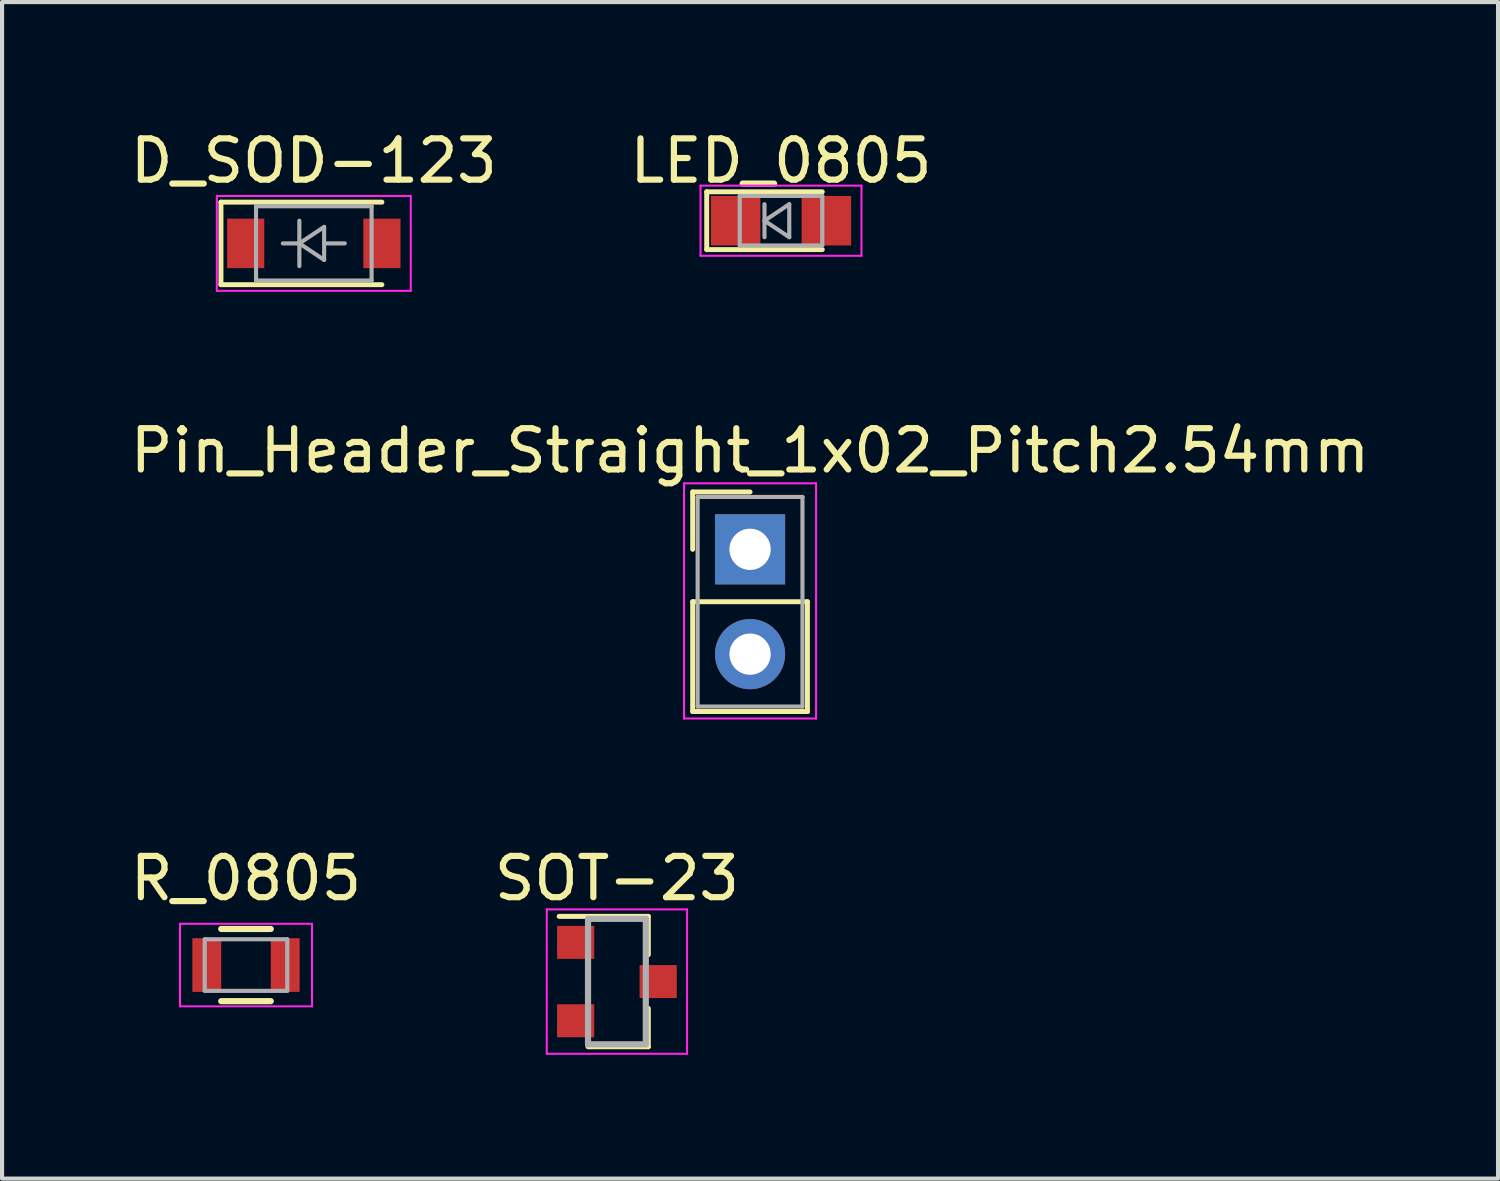
<source format=kicad_pcb>
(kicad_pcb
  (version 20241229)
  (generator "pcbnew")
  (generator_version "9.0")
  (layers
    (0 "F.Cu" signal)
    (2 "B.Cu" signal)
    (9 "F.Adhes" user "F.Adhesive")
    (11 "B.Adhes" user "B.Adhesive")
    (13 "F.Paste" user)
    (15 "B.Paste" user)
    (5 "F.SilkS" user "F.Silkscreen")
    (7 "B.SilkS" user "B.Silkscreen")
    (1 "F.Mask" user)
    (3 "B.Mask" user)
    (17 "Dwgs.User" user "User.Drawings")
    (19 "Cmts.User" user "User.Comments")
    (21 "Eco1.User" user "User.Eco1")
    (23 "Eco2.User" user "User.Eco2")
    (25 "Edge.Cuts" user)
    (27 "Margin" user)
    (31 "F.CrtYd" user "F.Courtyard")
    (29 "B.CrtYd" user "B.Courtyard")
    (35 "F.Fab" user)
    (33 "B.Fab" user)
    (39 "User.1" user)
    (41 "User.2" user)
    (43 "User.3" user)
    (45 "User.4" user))
  (footprint "Pin_Header_Straight_1x02_Pitch2.54mm"
    (layer "F.Cu")
    (at 15.125 10.261)
    (property "Reference" "Pin_Header_Straight_1x02_Pitch2.54mm" (at 0 -2.39 0) (layer "F.SilkS") (effects (font (size 1 1) (thickness 0.15))))
    (attr through_hole)
    (fp_line (start -1.39 -1.39) (end 0 -1.39) (stroke (width 0.12) (type solid)) (layer "F.SilkS"))
    (fp_line (start -1.39 0) (end -1.39 -1.39) (stroke (width 0.12) (type solid)) (layer "F.SilkS"))
    (fp_line (start -1.39 1.27) (end -1.39 3.93) (stroke (width 0.12) (type solid)) (layer "F.SilkS"))
    (fp_line (start -1.39 3.93) (end 1.39 3.93) (stroke (width 0.12) (type solid)) (layer "F.SilkS"))
    (fp_line (start 1.39 1.27) (end -1.39 1.27) (stroke (width 0.12) (type solid)) (layer "F.SilkS"))
    (fp_line (start 1.39 3.93) (end 1.39 1.27) (stroke (width 0.12) (type solid)) (layer "F.SilkS"))
    (fp_line (start -1.6 -1.6) (end -1.6 4.1) (stroke (width 0.05) (type solid)) (layer "F.CrtYd"))
    (fp_line (start -1.6 4.1) (end 1.6 4.1) (stroke (width 0.05) (type solid)) (layer "F.CrtYd"))
    (fp_line (start 1.6 -1.6) (end -1.6 -1.6) (stroke (width 0.05) (type solid)) (layer "F.CrtYd"))
    (fp_line (start 1.6 4.1) (end 1.6 -1.6) (stroke (width 0.05) (type solid)) (layer "F.CrtYd"))
    (fp_line (start -1.27 -1.27) (end -1.27 3.81) (stroke (width 0.1) (type solid)) (layer "F.Fab"))
    (fp_line (start -1.27 3.81) (end 1.27 3.81) (stroke (width 0.1) (type solid)) (layer "F.Fab"))
    (fp_line (start 1.27 -1.27) (end -1.27 -1.27) (stroke (width 0.1) (type solid)) (layer "F.Fab"))
    (fp_line (start 1.27 3.81) (end 1.27 -1.27) (stroke (width 0.1) (type solid)) (layer "F.Fab"))
    (pad "1" thru_hole rect (at 0 0) (size 1.7 1.7) (drill 1) (layers "*.Cu" "*.Mask"))
    (pad "2" thru_hole oval (at 0 2.54) (size 1.7 1.7) (drill 1) (layers "*.Cu" "*.Mask")))
  (footprint "SOT-23"
    (layer "F.Cu")
    (at 11.899 20.735)
    (property "Reference" "SOT-23" (at 0 -2.5 0) (layer "F.SilkS") (effects (font (size 1 1) (thickness 0.15))))
    (attr smd)
    (fp_line (start 0.76 -1.58) (end -1.4 -1.58) (stroke (width 0.12) (type solid)) (layer "F.SilkS"))
    (fp_line (start 0.76 -1.58) (end 0.76 -0.65) (stroke (width 0.12) (type solid)) (layer "F.SilkS"))
    (fp_line (start 0.76 1.58) (end -0.7 1.58) (stroke (width 0.12) (type solid)) (layer "F.SilkS"))
    (fp_line (start 0.76 1.58) (end 0.76 0.65) (stroke (width 0.12) (type solid)) (layer "F.SilkS"))
    (fp_line (start -1.7 -1.75) (end 1.7 -1.75) (stroke (width 0.05) (type solid)) (layer "F.CrtYd"))
    (fp_line (start -1.7 1.75) (end -1.7 -1.75) (stroke (width 0.05) (type solid)) (layer "F.CrtYd"))
    (fp_line (start 1.7 -1.75) (end 1.7 1.75) (stroke (width 0.05) (type solid)) (layer "F.CrtYd"))
    (fp_line (start 1.7 1.75) (end -1.7 1.75) (stroke (width 0.05) (type solid)) (layer "F.CrtYd"))
    (fp_line (start -0.7 -1.52) (end -0.7 1.52) (stroke (width 0.15) (type solid)) (layer "F.Fab"))
    (fp_line (start -0.7 -1.52) (end 0.7 -1.52) (stroke (width 0.15) (type solid)) (layer "F.Fab"))
    (fp_line (start -0.7 1.52) (end 0.7 1.52) (stroke (width 0.15) (type solid)) (layer "F.Fab"))
    (fp_line (start 0.7 -1.52) (end 0.7 1.52) (stroke (width 0.15) (type solid)) (layer "F.Fab"))
    (pad "1" smd rect (at -1 -0.95) (size 0.9 0.8) (layers "F.Cu" "F.Mask" "F.Paste"))
    (pad "2" smd rect (at -1 0.95) (size 0.9 0.8) (layers "F.Cu" "F.Mask" "F.Paste"))
    (pad "3" smd rect (at 1 0) (size 0.9 0.8) (layers "F.Cu" "F.Mask" "F.Paste")))
  (footprint "R_0805"
    (layer "F.Cu")
    (at 2.911 20.335)
    (property "Reference" "R_0805" (at 0 -2.1 0) (layer "F.SilkS") (effects (font (size 1 1) (thickness 0.15))))
    (attr smd)
    (fp_line (start -0.6 -0.875) (end 0.6 -0.875) (stroke (width 0.15) (type solid)) (layer "F.SilkS"))
    (fp_line (start 0.6 0.875) (end -0.6 0.875) (stroke (width 0.15) (type solid)) (layer "F.SilkS"))
    (fp_line (start -1.6 -1) (end -1.6 1) (stroke (width 0.05) (type solid)) (layer "F.CrtYd"))
    (fp_line (start -1.6 -1) (end 1.6 -1) (stroke (width 0.05) (type solid)) (layer "F.CrtYd"))
    (fp_line (start -1.6 1) (end 1.6 1) (stroke (width 0.05) (type solid)) (layer "F.CrtYd"))
    (fp_line (start 1.6 -1) (end 1.6 1) (stroke (width 0.05) (type solid)) (layer "F.CrtYd"))
    (fp_line (start -1 -0.625) (end 1 -0.625) (stroke (width 0.1) (type solid)) (layer "F.Fab"))
    (fp_line (start -1 0.625) (end -1 -0.625) (stroke (width 0.1) (type solid)) (layer "F.Fab"))
    (fp_line (start 1 -0.625) (end 1 0.625) (stroke (width 0.1) (type solid)) (layer "F.Fab"))
    (fp_line (start 1 0.625) (end -1 0.625) (stroke (width 0.1) (type solid)) (layer "F.Fab"))
    (pad "1" smd rect (at -0.95 0) (size 0.7 1.3) (layers "F.Cu" "F.Mask" "F.Paste"))
    (pad "2" smd rect (at 0.95 0) (size 0.7 1.3) (layers "F.Cu" "F.Mask" "F.Paste")))
  (footprint "LED_0805"
    (layer "F.Cu")
    (at 15.875 2.298)
    (property "Reference" "LED_0805" (at 0 -1.45 0) (layer "F.SilkS") (effects (font (size 1 1) (thickness 0.15))))
    (attr smd)
    (fp_line (start -1.8 -0.7) (end -1.8 0.7) (stroke (width 0.12) (type solid)) (layer "F.SilkS"))
    (fp_line (start -1.8 -0.7) (end 1 -0.7) (stroke (width 0.12) (type solid)) (layer "F.SilkS"))
    (fp_line (start -1.8 0.7) (end 1 0.7) (stroke (width 0.12) (type solid)) (layer "F.SilkS"))
    (fp_line (start -1.95 -0.85) (end 1.95 -0.85) (stroke (width 0.05) (type solid)) (layer "F.CrtYd"))
    (fp_line (start -1.95 0.85) (end -1.95 -0.85) (stroke (width 0.05) (type solid)) (layer "F.CrtYd"))
    (fp_line (start 1.95 -0.85) (end 1.95 0.85) (stroke (width 0.05) (type solid)) (layer "F.CrtYd"))
    (fp_line (start 1.95 0.85) (end -1.95 0.85) (stroke (width 0.05) (type solid)) (layer "F.CrtYd"))
    (fp_line (start -1 -0.6) (end 1 -0.6) (stroke (width 0.1) (type solid)) (layer "F.Fab"))
    (fp_line (start -1 0.6) (end -1 -0.6) (stroke (width 0.1) (type solid)) (layer "F.Fab"))
    (fp_line (start -0.4 -0.4) (end -0.4 0.4) (stroke (width 0.1) (type solid)) (layer "F.Fab"))
    (fp_line (start -0.4 0) (end 0.2 -0.4) (stroke (width 0.1) (type solid)) (layer "F.Fab"))
    (fp_line (start 0.2 -0.4) (end 0.2 0.4) (stroke (width 0.1) (type solid)) (layer "F.Fab"))
    (fp_line (start 0.2 0.4) (end -0.4 0) (stroke (width 0.1) (type solid)) (layer "F.Fab"))
    (fp_line (start 1 -0.6) (end 1 0.6) (stroke (width 0.1) (type solid)) (layer "F.Fab"))
    (fp_line (start 1 0.6) (end -1 0.6) (stroke (width 0.1) (type solid)) (layer "F.Fab"))
    (pad "1" smd rect (at -1.1 0 180) (size 1.2 1.2) (layers "F.Cu" "F.Mask" "F.Paste"))
    (pad "2" smd rect (at 1.1 0 180) (size 1.2 1.2) (layers "F.Cu" "F.Mask" "F.Paste")))
  (footprint "D_SOD-123"
    (layer "F.Cu")
    (at 4.554 2.848)
    (property "Reference" "D_SOD-123" (at 0 -2 0) (layer "F.SilkS") (effects (font (size 1 1) (thickness 0.15))))
    (attr smd)
    (fp_line (start -2.25 -1) (end -2.25 1) (stroke (width 0.12) (type solid)) (layer "F.SilkS"))
    (fp_line (start -2.25 -1) (end 1.65 -1) (stroke (width 0.12) (type solid)) (layer "F.SilkS"))
    (fp_line (start -2.25 1) (end 1.65 1) (stroke (width 0.12) (type solid)) (layer "F.SilkS"))
    (fp_line (start -2.35 -1.15) (end -2.35 1.15) (stroke (width 0.05) (type solid)) (layer "F.CrtYd"))
    (fp_line (start -2.35 -1.15) (end 2.35 -1.15) (stroke (width 0.05) (type solid)) (layer "F.CrtYd"))
    (fp_line (start 2.35 -1.15) (end 2.35 1.15) (stroke (width 0.05) (type solid)) (layer "F.CrtYd"))
    (fp_line (start 2.35 1.15) (end -2.35 1.15) (stroke (width 0.05) (type solid)) (layer "F.CrtYd"))
    (fp_line (start -1.4 -0.9) (end 1.4 -0.9) (stroke (width 0.1) (type solid)) (layer "F.Fab"))
    (fp_line (start -1.4 0.9) (end -1.4 -0.9) (stroke (width 0.1) (type solid)) (layer "F.Fab"))
    (fp_line (start -0.75 0) (end -0.35 0) (stroke (width 0.1) (type solid)) (layer "F.Fab"))
    (fp_line (start -0.35 0) (end -0.35 -0.55) (stroke (width 0.1) (type solid)) (layer "F.Fab"))
    (fp_line (start -0.35 0) (end -0.35 0.55) (stroke (width 0.1) (type solid)) (layer "F.Fab"))
    (fp_line (start -0.35 0) (end 0.25 -0.4) (stroke (width 0.1) (type solid)) (layer "F.Fab"))
    (fp_line (start 0.25 -0.4) (end 0.25 0.4) (stroke (width 0.1) (type solid)) (layer "F.Fab"))
    (fp_line (start 0.25 0) (end 0.75 0) (stroke (width 0.1) (type solid)) (layer "F.Fab"))
    (fp_line (start 0.25 0.4) (end -0.35 0) (stroke (width 0.1) (type solid)) (layer "F.Fab"))
    (fp_line (start 1.4 -0.9) (end 1.4 0.9) (stroke (width 0.1) (type solid)) (layer "F.Fab"))
    (fp_line (start 1.4 0.9) (end -1.4 0.9) (stroke (width 0.1) (type solid)) (layer "F.Fab"))
    (pad "1" smd rect (at -1.65 0) (size 0.9 1.2) (layers "F.Cu" "F.Mask" "F.Paste"))
    (pad "2" smd rect (at 1.65 0) (size 0.9 1.2) (layers "F.Cu" "F.Mask" "F.Paste")))
  (gr_rect
    (start -3 -3)
    (end 33.25 25.51)
    (stroke (width 0.1) (type default))
    (fill no)
    (layer "Edge.Cuts")))
</source>
